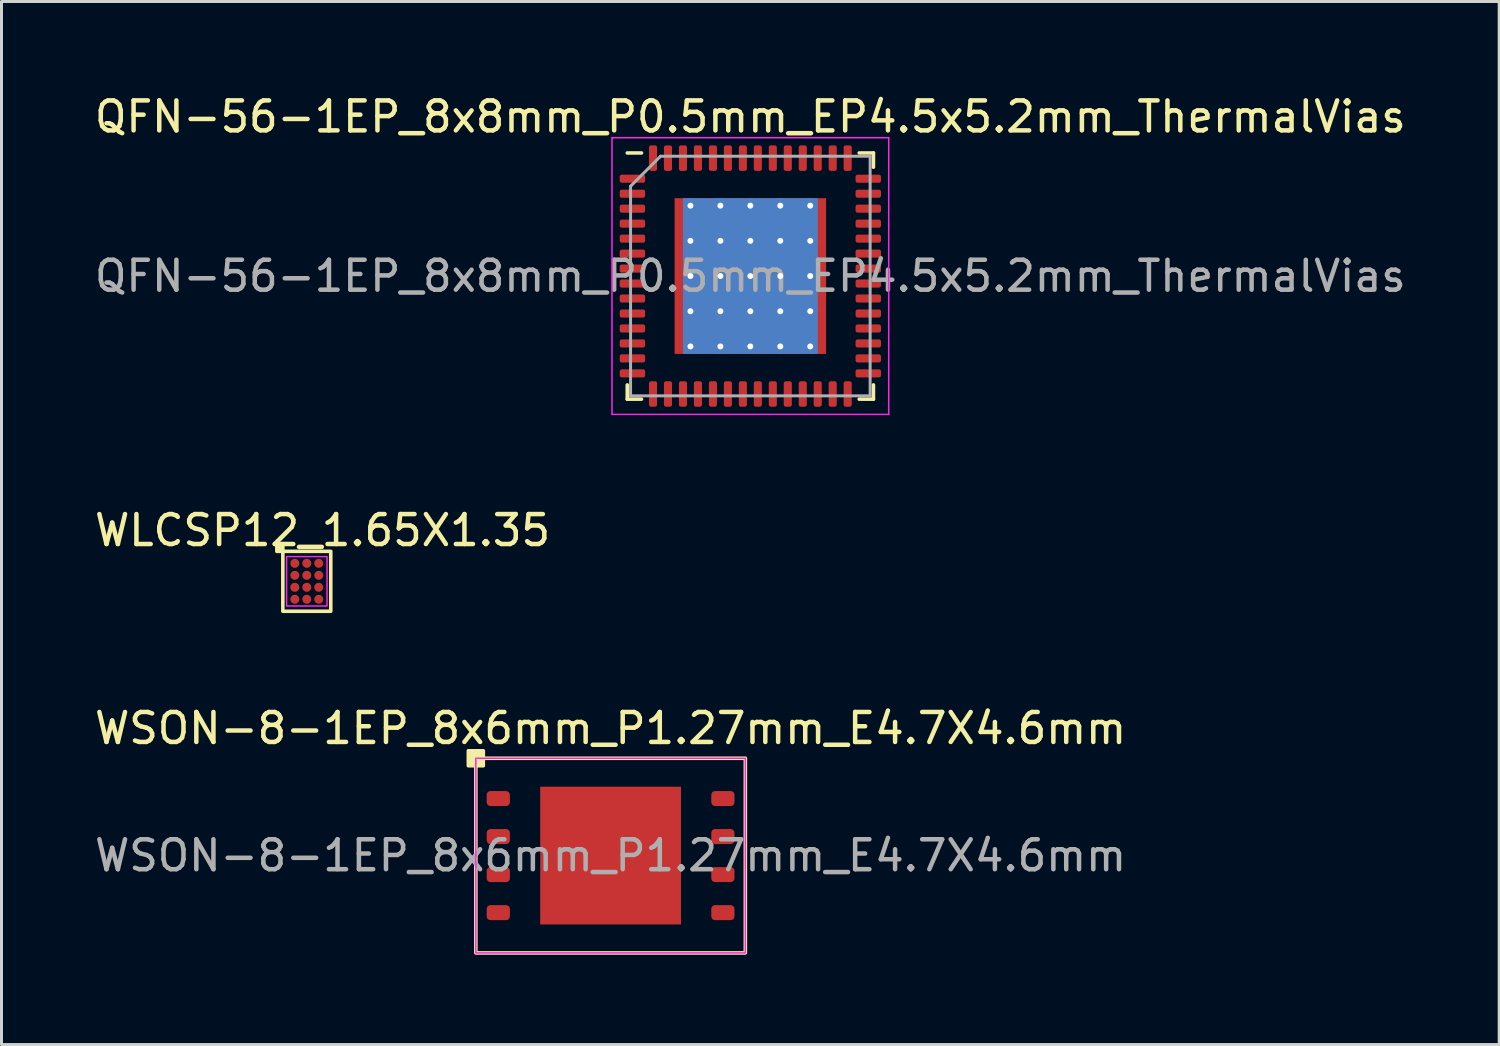
<source format=kicad_pcb>
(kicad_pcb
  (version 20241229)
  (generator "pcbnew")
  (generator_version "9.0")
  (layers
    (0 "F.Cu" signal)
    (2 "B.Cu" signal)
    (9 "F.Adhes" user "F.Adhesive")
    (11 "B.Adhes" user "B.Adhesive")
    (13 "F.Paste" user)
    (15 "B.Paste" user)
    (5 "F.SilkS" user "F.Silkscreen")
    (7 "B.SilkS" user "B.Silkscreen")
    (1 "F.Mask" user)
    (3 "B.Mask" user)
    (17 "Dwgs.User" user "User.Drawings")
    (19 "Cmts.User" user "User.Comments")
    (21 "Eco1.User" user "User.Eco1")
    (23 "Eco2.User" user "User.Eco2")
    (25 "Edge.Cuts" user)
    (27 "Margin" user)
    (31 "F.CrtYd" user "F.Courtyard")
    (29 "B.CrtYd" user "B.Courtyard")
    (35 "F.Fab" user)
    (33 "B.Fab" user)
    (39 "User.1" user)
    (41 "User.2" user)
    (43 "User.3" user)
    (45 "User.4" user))
  (footprint "WLCSP12_1.65X1.35"
    (layer "F.Cu")
    (at 7.195 16.361)
    (property "Reference" "WLCSP12_1.65X1.35" (at 0.525 -1.7 0) (layer "F.SilkS") (effects (font (size 1 1) (thickness 0.15))))
    (attr smd)
    (fp_rect (start -1 -1.2) (end -0.8 -1) (stroke (width 0.12) (type solid)) (fill yes) (layer "F.SilkS"))
    (fp_rect (start -0.8 -1) (end 0.8 1) (stroke (width 0.12) (type default)) (fill no) (layer "F.SilkS"))
    (fp_rect (start -0.675 -0.825) (end 0.675 0.825) (stroke (width 0.05) (type default)) (fill no) (layer "F.CrtYd"))
    (pad "A1" smd circle (at -0.4 -0.6) (size 0.3 0.3) (layers "F.Cu" "F.Mask" "F.Paste"))
    (pad "A2" smd circle (at 0 -0.6) (size 0.3 0.3) (layers "F.Cu" "F.Mask" "F.Paste"))
    (pad "A3" smd circle (at 0.4 -0.6) (size 0.3 0.3) (layers "F.Cu" "F.Mask" "F.Paste"))
    (pad "B1" smd circle (at -0.4 -0.2) (size 0.3 0.3) (layers "F.Cu" "F.Mask" "F.Paste"))
    (pad "B2" smd circle (at 0 -0.2) (size 0.3 0.3) (layers "F.Cu" "F.Mask" "F.Paste"))
    (pad "B3" smd circle (at 0.4 -0.2) (size 0.3 0.3) (layers "F.Cu" "F.Mask" "F.Paste"))
    (pad "C1" smd circle (at -0.4 0.2) (size 0.3 0.3) (layers "F.Cu" "F.Mask" "F.Paste"))
    (pad "C2" smd circle (at 0 0.2) (size 0.3 0.3) (layers "F.Cu" "F.Mask" "F.Paste"))
    (pad "C3" smd circle (at 0.4 0.2) (size 0.3 0.3) (layers "F.Cu" "F.Mask" "F.Paste"))
    (pad "D1" smd circle (at -0.4 0.6) (size 0.3 0.3) (layers "F.Cu" "F.Mask" "F.Paste"))
    (pad "D2" smd circle (at 0 0.6) (size 0.3 0.3) (layers "F.Cu" "F.Mask" "F.Paste"))
    (pad "D3" smd circle (at 0.4 0.6) (size 0.3 0.3) (layers "F.Cu" "F.Mask" "F.Paste")))
  (footprint "WSON-8-1EP_8x6mm_P1.27mm_E4.7X4.6mm"
    (layer "F.Cu")
    (at 17.339 25.52)
    (property "Reference" "WSON-8-1EP_8x6mm_P1.27mm_E4.7X4.6mm" (at 0 -4.25 0) (layer "F.SilkS") (effects (font (size 1 1) (thickness 0.15))))
    (attr smd)
    (fp_rect (start -4.75 -3.5) (end -4.25 -3) (stroke (width 0.12) (type default)) (fill yes) (layer "F.SilkS"))
    (fp_rect (start -4.5 -3.25) (end 4.5 3.25) (stroke (width 0.12) (type default)) (fill no) (layer "F.SilkS"))
    (fp_rect (start -4.5 -3.25) (end 4.5 3.25) (stroke (width 0.05) (type default)) (fill no) (layer "F.CrtYd"))
    (fp_text user "${REFERENCE}" (at 0 0 0) (layer "F.Fab") (effects (font (size 1 1) (thickness 0.15))))
    (pad "" smd roundrect (at -0.85 -1) (size 1.37 1.61) (layers "F.Paste") (roundrect_rratio 0.182))
    (pad "" smd roundrect (at -0.85 1) (size 1.37 1.61) (layers "F.Paste") (roundrect_rratio 0.182))
    (pad "" smd roundrect (at 0.85 -1) (size 1.37 1.61) (layers "F.Paste") (roundrect_rratio 0.182))
    (pad "" smd roundrect (at 0.85 1) (size 1.37 1.61) (layers "F.Paste") (roundrect_rratio 0.182))
    (pad "1" smd roundrect (at -3.75 -1.905) (size 0.775 0.5) (layers "F.Cu" "F.Mask" "F.Paste") (roundrect_rratio 0.25))
    (pad "2" smd roundrect (at -3.75 -0.635) (size 0.775 0.5) (layers "F.Cu" "F.Mask" "F.Paste") (roundrect_rratio 0.25))
    (pad "3" smd roundrect (at -3.75 0.635) (size 0.775 0.5) (layers "F.Cu" "F.Mask" "F.Paste") (roundrect_rratio 0.25))
    (pad "4" smd roundrect (at -3.75 1.905) (size 0.775 0.5) (layers "F.Cu" "F.Mask" "F.Paste") (roundrect_rratio 0.25))
    (pad "5" smd roundrect (at 3.75 1.905) (size 0.775 0.5) (layers "F.Cu" "F.Mask" "F.Paste") (roundrect_rratio 0.25))
    (pad "6" smd roundrect (at 3.75 0.635) (size 0.775 0.5) (layers "F.Cu" "F.Mask" "F.Paste") (roundrect_rratio 0.25))
    (pad "7" smd roundrect (at 3.75 -0.635) (size 0.775 0.5) (layers "F.Cu" "F.Mask" "F.Paste") (roundrect_rratio 0.25))
    (pad "8" smd roundrect (at 3.75 -1.905) (size 0.775 0.5) (layers "F.Cu" "F.Mask" "F.Paste") (roundrect_rratio 0.25))
    (pad "9" smd rect (at 0 0) (size 4.7 4.6) (layers "F.Cu" "F.Mask")))
  (footprint "QFN-56-1EP_8x8mm_P0.5mm_EP4.5x5.2mm_ThermalVias"
    (layer "F.Cu")
    (at 22.006 6.168)
    (property "Reference" "QFN-56-1EP_8x8mm_P0.5mm_EP4.5x5.2mm_ThermalVias" (at 0 -5.32 0) (layer "F.SilkS") (effects (font (size 1 1) (thickness 0.15))))
    (attr smd)
    (fp_line (start -4.11 4.11) (end -4.11 3.635) (stroke (width 0.12) (type solid)) (layer "F.SilkS"))
    (fp_line (start -3.635 -4.11) (end -4.11 -4.11) (stroke (width 0.12) (type solid)) (layer "F.SilkS"))
    (fp_line (start -3.635 4.11) (end -4.11 4.11) (stroke (width 0.12) (type solid)) (layer "F.SilkS"))
    (fp_line (start 3.635 -4.11) (end 4.11 -4.11) (stroke (width 0.12) (type solid)) (layer "F.SilkS"))
    (fp_line (start 3.635 4.11) (end 4.11 4.11) (stroke (width 0.12) (type solid)) (layer "F.SilkS"))
    (fp_line (start 4.11 -4.11) (end 4.11 -3.635) (stroke (width 0.12) (type solid)) (layer "F.SilkS"))
    (fp_line (start 4.11 4.11) (end 4.11 3.635) (stroke (width 0.12) (type solid)) (layer "F.SilkS"))
    (fp_line (start -4.62 -4.62) (end -4.62 4.62) (stroke (width 0.05) (type solid)) (layer "F.CrtYd"))
    (fp_line (start -4.62 4.62) (end 4.62 4.62) (stroke (width 0.05) (type solid)) (layer "F.CrtYd"))
    (fp_line (start 4.62 -4.62) (end -4.62 -4.62) (stroke (width 0.05) (type solid)) (layer "F.CrtYd"))
    (fp_line (start 4.62 4.62) (end 4.62 -4.62) (stroke (width 0.05) (type solid)) (layer "F.CrtYd"))
    (fp_line (start -4 -3) (end -3 -4) (stroke (width 0.1) (type solid)) (layer "F.Fab"))
    (fp_line (start -4 4) (end -4 -3) (stroke (width 0.1) (type solid)) (layer "F.Fab"))
    (fp_line (start -3 -4) (end 4 -4) (stroke (width 0.1) (type solid)) (layer "F.Fab"))
    (fp_line (start 4 -4) (end 4 4) (stroke (width 0.1) (type solid)) (layer "F.Fab"))
    (fp_line (start 4 4) (end -4 4) (stroke (width 0.1) (type solid)) (layer "F.Fab"))
    (fp_text user "${REFERENCE}" (at 0 0 0) (layer "F.Fab") (effects (font (size 1 1) (thickness 0.15))))
    (pad "" smd custom (at -1.5 -1.762) (size 0.776 0.776) (layers "F.Paste") (options (anchor circle)) (primitives (gr_poly (pts (xy 0.341 -0.33) (xy 0.341 0.33) (xy 0.262 0.408) (xy -0.262 0.408) (xy -0.341 0.33) (xy -0.341 -0.33) (xy -0.262 -0.408) (xy 0.262 -0.408)) (width 0.19) (fill yes))))
    (pad "" smd custom (at -1.5 -0.588) (size 0.776 0.776) (layers "F.Paste") (options (anchor circle)) (primitives (gr_poly (pts (xy 0.341 -0.33) (xy 0.341 0.33) (xy 0.262 0.408) (xy -0.262 0.408) (xy -0.341 0.33) (xy -0.341 -0.33) (xy -0.262 -0.408) (xy 0.262 -0.408)) (width 0.19) (fill yes))))
    (pad "" smd custom (at -1.5 0.588) (size 0.776 0.776) (layers "F.Paste") (options (anchor circle)) (primitives (gr_poly (pts (xy 0.341 -0.33) (xy 0.341 0.33) (xy 0.262 0.408) (xy -0.262 0.408) (xy -0.341 0.33) (xy -0.341 -0.33) (xy -0.262 -0.408) (xy 0.262 -0.408)) (width 0.19) (fill yes))))
    (pad "" smd custom (at -1.5 1.762) (size 0.776 0.776) (layers "F.Paste") (options (anchor circle)) (primitives (gr_poly (pts (xy 0.341 -0.33) (xy 0.341 0.33) (xy 0.262 0.408) (xy -0.262 0.408) (xy -0.341 0.33) (xy -0.341 -0.33) (xy -0.262 -0.408) (xy 0.262 -0.408)) (width 0.19) (fill yes))))
    (pad "" smd custom (at -0.5 -1.762) (size 0.776 0.776) (layers "F.Paste") (options (anchor circle)) (primitives (gr_poly (pts (xy 0.341 -0.33) (xy 0.341 0.33) (xy 0.262 0.408) (xy -0.262 0.408) (xy -0.341 0.33) (xy -0.341 -0.33) (xy -0.262 -0.408) (xy 0.262 -0.408)) (width 0.19) (fill yes))))
    (pad "" smd custom (at -0.5 -0.588) (size 0.776 0.776) (layers "F.Paste") (options (anchor circle)) (primitives (gr_poly (pts (xy 0.341 -0.33) (xy 0.341 0.33) (xy 0.262 0.408) (xy -0.262 0.408) (xy -0.341 0.33) (xy -0.341 -0.33) (xy -0.262 -0.408) (xy 0.262 -0.408)) (width 0.19) (fill yes))))
    (pad "" smd custom (at -0.5 0.588) (size 0.776 0.776) (layers "F.Paste") (options (anchor circle)) (primitives (gr_poly (pts (xy 0.341 -0.33) (xy 0.341 0.33) (xy 0.262 0.408) (xy -0.262 0.408) (xy -0.341 0.33) (xy -0.341 -0.33) (xy -0.262 -0.408) (xy 0.262 -0.408)) (width 0.19) (fill yes))))
    (pad "" smd custom (at -0.5 1.762) (size 0.776 0.776) (layers "F.Paste") (options (anchor circle)) (primitives (gr_poly (pts (xy 0.341 -0.33) (xy 0.341 0.33) (xy 0.262 0.408) (xy -0.262 0.408) (xy -0.341 0.33) (xy -0.341 -0.33) (xy -0.262 -0.408) (xy 0.262 -0.408)) (width 0.19) (fill yes))))
    (pad "" smd custom (at 0.5 -1.762) (size 0.776 0.776) (layers "F.Paste") (options (anchor circle)) (primitives (gr_poly (pts (xy 0.341 -0.33) (xy 0.341 0.33) (xy 0.262 0.408) (xy -0.262 0.408) (xy -0.341 0.33) (xy -0.341 -0.33) (xy -0.262 -0.408) (xy 0.262 -0.408)) (width 0.19) (fill yes))))
    (pad "" smd custom (at 0.5 -0.588) (size 0.776 0.776) (layers "F.Paste") (options (anchor circle)) (primitives (gr_poly (pts (xy 0.341 -0.33) (xy 0.341 0.33) (xy 0.262 0.408) (xy -0.262 0.408) (xy -0.341 0.33) (xy -0.341 -0.33) (xy -0.262 -0.408) (xy 0.262 -0.408)) (width 0.19) (fill yes))))
    (pad "" smd custom (at 0.5 0.588) (size 0.776 0.776) (layers "F.Paste") (options (anchor circle)) (primitives (gr_poly (pts (xy 0.341 -0.33) (xy 0.341 0.33) (xy 0.262 0.408) (xy -0.262 0.408) (xy -0.341 0.33) (xy -0.341 -0.33) (xy -0.262 -0.408) (xy 0.262 -0.408)) (width 0.19) (fill yes))))
    (pad "" smd custom (at 0.5 1.762) (size 0.776 0.776) (layers "F.Paste") (options (anchor circle)) (primitives (gr_poly (pts (xy 0.341 -0.33) (xy 0.341 0.33) (xy 0.262 0.408) (xy -0.262 0.408) (xy -0.341 0.33) (xy -0.341 -0.33) (xy -0.262 -0.408) (xy 0.262 -0.408)) (width 0.19) (fill yes))))
    (pad "" smd custom (at 1.5 -1.762) (size 0.776 0.776) (layers "F.Paste") (options (anchor circle)) (primitives (gr_poly (pts (xy 0.341 -0.33) (xy 0.341 0.33) (xy 0.262 0.408) (xy -0.262 0.408) (xy -0.341 0.33) (xy -0.341 -0.33) (xy -0.262 -0.408) (xy 0.262 -0.408)) (width 0.19) (fill yes))))
    (pad "" smd custom (at 1.5 -0.588) (size 0.776 0.776) (layers "F.Paste") (options (anchor circle)) (primitives (gr_poly (pts (xy 0.341 -0.33) (xy 0.341 0.33) (xy 0.262 0.408) (xy -0.262 0.408) (xy -0.341 0.33) (xy -0.341 -0.33) (xy -0.262 -0.408) (xy 0.262 -0.408)) (width 0.19) (fill yes))))
    (pad "" smd custom (at 1.5 0.588) (size 0.776 0.776) (layers "F.Paste") (options (anchor circle)) (primitives (gr_poly (pts (xy 0.341 -0.33) (xy 0.341 0.33) (xy 0.262 0.408) (xy -0.262 0.408) (xy -0.341 0.33) (xy -0.341 -0.33) (xy -0.262 -0.408) (xy 0.262 -0.408)) (width 0.19) (fill yes))))
    (pad "" smd custom (at 1.5 1.762) (size 0.776 0.776) (layers "F.Paste") (options (anchor circle)) (primitives (gr_poly (pts (xy 0.341 -0.33) (xy 0.341 0.33) (xy 0.262 0.408) (xy -0.262 0.408) (xy -0.341 0.33) (xy -0.341 -0.33) (xy -0.262 -0.408) (xy 0.262 -0.408)) (width 0.19) (fill yes))))
    (pad "1" smd roundrect (at -3.938 -3.25) (size 0.85 0.27) (layers "F.Cu" "F.Mask" "F.Paste") (roundrect_rratio 0.25))
    (pad "2" smd roundrect (at -3.938 -2.75) (size 0.85 0.27) (layers "F.Cu" "F.Mask" "F.Paste") (roundrect_rratio 0.25))
    (pad "3" smd roundrect (at -3.938 -2.25) (size 0.85 0.27) (layers "F.Cu" "F.Mask" "F.Paste") (roundrect_rratio 0.25))
    (pad "4" smd roundrect (at -3.938 -1.75) (size 0.85 0.27) (layers "F.Cu" "F.Mask" "F.Paste") (roundrect_rratio 0.25))
    (pad "5" smd roundrect (at -3.938 -1.25) (size 0.85 0.27) (layers "F.Cu" "F.Mask" "F.Paste") (roundrect_rratio 0.25))
    (pad "6" smd roundrect (at -3.938 -0.75) (size 0.85 0.27) (layers "F.Cu" "F.Mask" "F.Paste") (roundrect_rratio 0.25))
    (pad "7" smd roundrect (at -3.938 -0.25) (size 0.85 0.27) (layers "F.Cu" "F.Mask" "F.Paste") (roundrect_rratio 0.25))
    (pad "8" smd roundrect (at -3.938 0.25) (size 0.85 0.27) (layers "F.Cu" "F.Mask" "F.Paste") (roundrect_rratio 0.25))
    (pad "9" smd roundrect (at -3.938 0.75) (size 0.85 0.27) (layers "F.Cu" "F.Mask" "F.Paste") (roundrect_rratio 0.25))
    (pad "10" smd roundrect (at -3.938 1.25) (size 0.85 0.27) (layers "F.Cu" "F.Mask" "F.Paste") (roundrect_rratio 0.25))
    (pad "11" smd roundrect (at -3.938 1.75) (size 0.85 0.27) (layers "F.Cu" "F.Mask" "F.Paste") (roundrect_rratio 0.25))
    (pad "12" smd roundrect (at -3.938 2.25) (size 0.85 0.27) (layers "F.Cu" "F.Mask" "F.Paste") (roundrect_rratio 0.25))
    (pad "13" smd roundrect (at -3.938 2.75) (size 0.85 0.27) (layers "F.Cu" "F.Mask" "F.Paste") (roundrect_rratio 0.25))
    (pad "14" smd roundrect (at -3.938 3.25) (size 0.85 0.27) (layers "F.Cu" "F.Mask" "F.Paste") (roundrect_rratio 0.25))
    (pad "15" smd roundrect (at -3.25 3.938 270) (size 0.85 0.27) (layers "F.Cu" "F.Mask" "F.Paste") (roundrect_rratio 0.25))
    (pad "16" smd roundrect (at -2.75 3.938 270) (size 0.85 0.27) (layers "F.Cu" "F.Mask" "F.Paste") (roundrect_rratio 0.25))
    (pad "17" smd roundrect (at -2.25 3.938 270) (size 0.85 0.27) (layers "F.Cu" "F.Mask" "F.Paste") (roundrect_rratio 0.25))
    (pad "18" smd roundrect (at -1.75 3.938 270) (size 0.85 0.27) (layers "F.Cu" "F.Mask" "F.Paste") (roundrect_rratio 0.25))
    (pad "19" smd roundrect (at -1.25 3.938 270) (size 0.85 0.27) (layers "F.Cu" "F.Mask" "F.Paste") (roundrect_rratio 0.25))
    (pad "20" smd roundrect (at -0.75 3.938 270) (size 0.85 0.27) (layers "F.Cu" "F.Mask" "F.Paste") (roundrect_rratio 0.25))
    (pad "21" smd roundrect (at -0.25 3.938 270) (size 0.85 0.27) (layers "F.Cu" "F.Mask" "F.Paste") (roundrect_rratio 0.25))
    (pad "22" smd roundrect (at 0.25 3.938 270) (size 0.85 0.27) (layers "F.Cu" "F.Mask" "F.Paste") (roundrect_rratio 0.25))
    (pad "23" smd roundrect (at 0.75 3.938 270) (size 0.85 0.27) (layers "F.Cu" "F.Mask" "F.Paste") (roundrect_rratio 0.25))
    (pad "24" smd roundrect (at 1.25 3.938 270) (size 0.85 0.27) (layers "F.Cu" "F.Mask" "F.Paste") (roundrect_rratio 0.25))
    (pad "25" smd roundrect (at 1.75 3.938 270) (size 0.85 0.27) (layers "F.Cu" "F.Mask" "F.Paste") (roundrect_rratio 0.25))
    (pad "26" smd roundrect (at 2.25 3.938 270) (size 0.85 0.27) (layers "F.Cu" "F.Mask" "F.Paste") (roundrect_rratio 0.25))
    (pad "27" smd roundrect (at 2.75 3.938 270) (size 0.85 0.27) (layers "F.Cu" "F.Mask" "F.Paste") (roundrect_rratio 0.25))
    (pad "28" smd roundrect (at 3.25 3.938 270) (size 0.85 0.27) (layers "F.Cu" "F.Mask" "F.Paste") (roundrect_rratio 0.25))
    (pad "29" smd roundrect (at 3.938 3.25) (size 0.85 0.27) (layers "F.Cu" "F.Mask" "F.Paste") (roundrect_rratio 0.25))
    (pad "30" smd roundrect (at 3.938 2.75) (size 0.85 0.27) (layers "F.Cu" "F.Mask" "F.Paste") (roundrect_rratio 0.25))
    (pad "31" smd roundrect (at 3.938 2.25) (size 0.85 0.27) (layers "F.Cu" "F.Mask" "F.Paste") (roundrect_rratio 0.25))
    (pad "32" smd roundrect (at 3.938 1.75) (size 0.85 0.27) (layers "F.Cu" "F.Mask" "F.Paste") (roundrect_rratio 0.25))
    (pad "33" smd roundrect (at 3.938 1.25) (size 0.85 0.27) (layers "F.Cu" "F.Mask" "F.Paste") (roundrect_rratio 0.25))
    (pad "34" smd roundrect (at 3.938 0.75) (size 0.85 0.27) (layers "F.Cu" "F.Mask" "F.Paste") (roundrect_rratio 0.25))
    (pad "35" smd roundrect (at 3.938 0.25) (size 0.85 0.27) (layers "F.Cu" "F.Mask" "F.Paste") (roundrect_rratio 0.25))
    (pad "36" smd roundrect (at 3.938 -0.25) (size 0.85 0.27) (layers "F.Cu" "F.Mask" "F.Paste") (roundrect_rratio 0.25))
    (pad "37" smd roundrect (at 3.938 -0.75) (size 0.85 0.27) (layers "F.Cu" "F.Mask" "F.Paste") (roundrect_rratio 0.25))
    (pad "38" smd roundrect (at 3.938 -1.25) (size 0.85 0.27) (layers "F.Cu" "F.Mask" "F.Paste") (roundrect_rratio 0.25))
    (pad "39" smd roundrect (at 3.938 -1.75) (size 0.85 0.27) (layers "F.Cu" "F.Mask" "F.Paste") (roundrect_rratio 0.25))
    (pad "40" smd roundrect (at 3.938 -2.25) (size 0.85 0.27) (layers "F.Cu" "F.Mask" "F.Paste") (roundrect_rratio 0.25))
    (pad "41" smd roundrect (at 3.938 -2.75) (size 0.85 0.27) (layers "F.Cu" "F.Mask" "F.Paste") (roundrect_rratio 0.25))
    (pad "42" smd roundrect (at 3.938 -3.25) (size 0.85 0.27) (layers "F.Cu" "F.Mask" "F.Paste") (roundrect_rratio 0.25))
    (pad "43" smd roundrect (at 3.25 -3.938 270) (size 0.85 0.27) (layers "F.Cu" "F.Mask" "F.Paste") (roundrect_rratio 0.25))
    (pad "44" smd roundrect (at 2.75 -3.938 270) (size 0.85 0.27) (layers "F.Cu" "F.Mask" "F.Paste") (roundrect_rratio 0.25))
    (pad "45" smd roundrect (at 2.25 -3.938 270) (size 0.85 0.27) (layers "F.Cu" "F.Mask" "F.Paste") (roundrect_rratio 0.25))
    (pad "46" smd roundrect (at 1.75 -3.938 270) (size 0.85 0.27) (layers "F.Cu" "F.Mask" "F.Paste") (roundrect_rratio 0.25))
    (pad "47" smd roundrect (at 1.25 -3.938 270) (size 0.85 0.27) (layers "F.Cu" "F.Mask" "F.Paste") (roundrect_rratio 0.25))
    (pad "48" smd roundrect (at 0.75 -3.938 270) (size 0.85 0.27) (layers "F.Cu" "F.Mask" "F.Paste") (roundrect_rratio 0.25))
    (pad "49" smd roundrect (at 0.25 -3.938 270) (size 0.85 0.27) (layers "F.Cu" "F.Mask" "F.Paste") (roundrect_rratio 0.25))
    (pad "50" smd roundrect (at -0.25 -3.938 270) (size 0.85 0.27) (layers "F.Cu" "F.Mask" "F.Paste") (roundrect_rratio 0.25))
    (pad "51" smd roundrect (at -0.75 -3.938 270) (size 0.85 0.27) (layers "F.Cu" "F.Mask" "F.Paste") (roundrect_rratio 0.25))
    (pad "52" smd roundrect (at -1.25 -3.938 270) (size 0.85 0.27) (layers "F.Cu" "F.Mask" "F.Paste") (roundrect_rratio 0.25))
    (pad "53" smd roundrect (at -1.75 -3.938 270) (size 0.85 0.27) (layers "F.Cu" "F.Mask" "F.Paste") (roundrect_rratio 0.25))
    (pad "54" smd roundrect (at -2.25 -3.938 270) (size 0.85 0.27) (layers "F.Cu" "F.Mask" "F.Paste") (roundrect_rratio 0.25))
    (pad "55" smd roundrect (at -2.75 -3.938 270) (size 0.85 0.27) (layers "F.Cu" "F.Mask" "F.Paste") (roundrect_rratio 0.25))
    (pad "56" smd roundrect (at -3.25 -3.938 270) (size 0.85 0.27) (layers "F.Cu" "F.Mask" "F.Paste") (roundrect_rratio 0.25))
    (pad "57" thru_hole circle (at -2 -2.35) (size 0.5 0.5) (drill 0.2) (layers "*.Cu"))
    (pad "57" thru_hole circle (at -2 -1.175) (size 0.5 0.5) (drill 0.2) (layers "*.Cu"))
    (pad "57" thru_hole circle (at -2 0) (size 0.5 0.5) (drill 0.2) (layers "*.Cu"))
    (pad "57" thru_hole circle (at -2 1.175) (size 0.5 0.5) (drill 0.2) (layers "*.Cu"))
    (pad "57" thru_hole circle (at -2 2.35) (size 0.5 0.5) (drill 0.2) (layers "*.Cu"))
    (pad "57" thru_hole circle (at -1 -2.35) (size 0.5 0.5) (drill 0.2) (layers "*.Cu"))
    (pad "57" thru_hole circle (at -1 -1.175) (size 0.5 0.5) (drill 0.2) (layers "*.Cu"))
    (pad "57" thru_hole circle (at -1 0) (size 0.5 0.5) (drill 0.2) (layers "*.Cu"))
    (pad "57" thru_hole circle (at -1 1.175) (size 0.5 0.5) (drill 0.2) (layers "*.Cu"))
    (pad "57" thru_hole circle (at -1 2.35) (size 0.5 0.5) (drill 0.2) (layers "*.Cu"))
    (pad "57" thru_hole circle (at 0 -2.35) (size 0.5 0.5) (drill 0.2) (layers "*.Cu"))
    (pad "57" thru_hole circle (at 0 -1.175) (size 0.5 0.5) (drill 0.2) (layers "*.Cu"))
    (pad "57" thru_hole circle (at 0 0) (size 0.5 0.5) (drill 0.2) (layers "*.Cu"))
    (pad "57" smd rect (at 0 0) (size 4.5 5.2) (layers "B.Cu"))
    (pad "57" smd rect (at 0 0) (size 5.06 5.2) (layers "F.Cu" "F.Mask"))
    (pad "57" thru_hole circle (at 0 1.175) (size 0.5 0.5) (drill 0.2) (layers "*.Cu"))
    (pad "57" thru_hole circle (at 0 2.35) (size 0.5 0.5) (drill 0.2) (layers "*.Cu"))
    (pad "57" thru_hole circle (at 1 -2.35) (size 0.5 0.5) (drill 0.2) (layers "*.Cu"))
    (pad "57" thru_hole circle (at 1 -1.175) (size 0.5 0.5) (drill 0.2) (layers "*.Cu"))
    (pad "57" thru_hole circle (at 1 0) (size 0.5 0.5) (drill 0.2) (layers "*.Cu"))
    (pad "57" thru_hole circle (at 1 1.175) (size 0.5 0.5) (drill 0.2) (layers "*.Cu"))
    (pad "57" thru_hole circle (at 1 2.35) (size 0.5 0.5) (drill 0.2) (layers "*.Cu"))
    (pad "57" thru_hole circle (at 2 -2.35) (size 0.5 0.5) (drill 0.2) (layers "*.Cu"))
    (pad "57" thru_hole circle (at 2 -1.175) (size 0.5 0.5) (drill 0.2) (layers "*.Cu"))
    (pad "57" thru_hole circle (at 2 0) (size 0.5 0.5) (drill 0.2) (layers "*.Cu"))
    (pad "57" thru_hole circle (at 2 1.175) (size 0.5 0.5) (drill 0.2) (layers "*.Cu"))
    (pad "57" thru_hole circle (at 2 2.35) (size 0.5 0.5) (drill 0.2) (layers "*.Cu")))
  (gr_rect
    (start -3 -3)
    (end 47.012 31.83)
    (stroke (width 0.1) (type default))
    (fill no)
    (layer "Edge.Cuts")))
</source>
